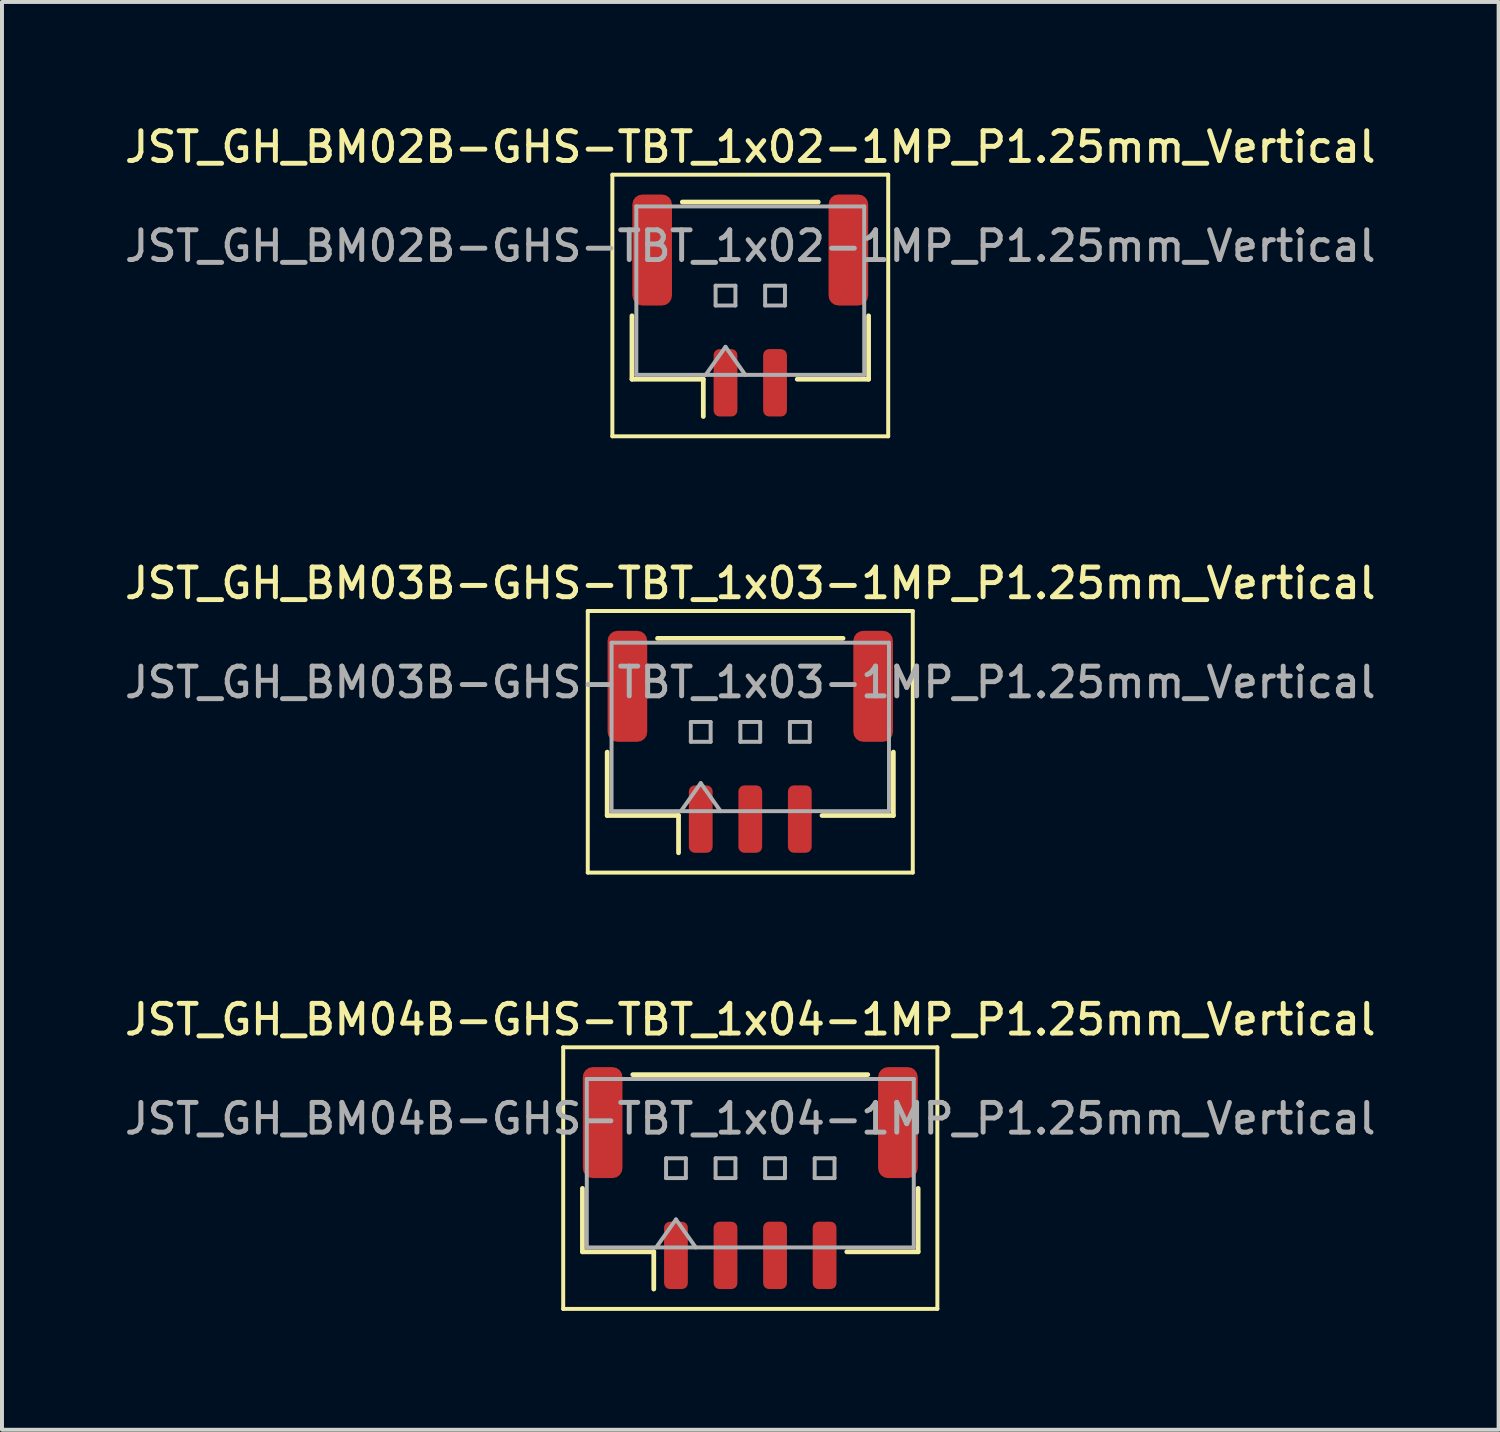
<source format=kicad_pcb>
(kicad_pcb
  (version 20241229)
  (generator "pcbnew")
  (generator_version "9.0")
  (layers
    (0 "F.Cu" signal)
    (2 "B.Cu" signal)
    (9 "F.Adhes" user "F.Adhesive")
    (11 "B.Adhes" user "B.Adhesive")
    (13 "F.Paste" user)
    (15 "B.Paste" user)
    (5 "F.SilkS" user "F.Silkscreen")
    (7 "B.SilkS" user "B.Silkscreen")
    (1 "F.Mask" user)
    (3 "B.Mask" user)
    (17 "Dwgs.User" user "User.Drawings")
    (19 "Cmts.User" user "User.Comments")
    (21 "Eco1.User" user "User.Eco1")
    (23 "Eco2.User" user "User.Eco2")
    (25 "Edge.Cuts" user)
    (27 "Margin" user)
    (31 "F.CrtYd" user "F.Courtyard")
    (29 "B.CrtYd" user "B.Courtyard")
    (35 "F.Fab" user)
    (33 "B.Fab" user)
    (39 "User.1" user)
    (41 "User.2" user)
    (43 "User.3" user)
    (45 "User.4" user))
  (footprint "JST_GH_BM03B-GHS-TBT_1x03-1MP_P1.25mm_Vertical"
    (layer "F.Cu")
    (at 15.88 15.666)
    (property "Reference" "JST_GH_BM03B-GHS-TBT_1x03-1MP_P1.25mm_Vertical" (at 0 -4 0) (layer "F.SilkS") (effects (font (size 0.75 0.75) (thickness 0.125))))
    (attr smd)
    (fp_line (start -4.1 -3.3) (end -4.1 3.3) (stroke (width 0.1) (type solid)) (layer "F.SilkS"))
    (fp_line (start -4.1 3.3) (end 4.1 3.3) (stroke (width 0.1) (type solid)) (layer "F.SilkS"))
    (fp_line (start -3.61 0.26) (end -3.61 1.86) (stroke (width 0.12) (type solid)) (layer "F.SilkS"))
    (fp_line (start -3.61 1.86) (end -1.81 1.86) (stroke (width 0.12) (type solid)) (layer "F.SilkS"))
    (fp_line (start -2.34 -2.61) (end 2.34 -2.61) (stroke (width 0.12) (type solid)) (layer "F.SilkS"))
    (fp_line (start -1.81 1.86) (end -1.81 2.8) (stroke (width 0.12) (type solid)) (layer "F.SilkS"))
    (fp_line (start 3.61 0.26) (end 3.61 1.86) (stroke (width 0.12) (type solid)) (layer "F.SilkS"))
    (fp_line (start 3.61 1.86) (end 1.81 1.86) (stroke (width 0.12) (type solid)) (layer "F.SilkS"))
    (fp_line (start 4.1 -3.3) (end -4.1 -3.3) (stroke (width 0.1) (type solid)) (layer "F.SilkS"))
    (fp_line (start 4.1 3.3) (end 4.1 -3.3) (stroke (width 0.1) (type solid)) (layer "F.SilkS"))
    (fp_line (start -3.5 -2.5) (end 3.5 -2.5) (stroke (width 0.1) (type solid)) (layer "F.Fab"))
    (fp_line (start -3.5 1.75) (end -3.5 -2.5) (stroke (width 0.1) (type solid)) (layer "F.Fab"))
    (fp_line (start -3.5 1.75) (end 3.5 1.75) (stroke (width 0.1) (type solid)) (layer "F.Fab"))
    (fp_line (start -1.75 1.75) (end -1.25 1.043) (stroke (width 0.1) (type solid)) (layer "F.Fab"))
    (fp_line (start -1.5 -0.5) (end -1.5 0) (stroke (width 0.1) (type solid)) (layer "F.Fab"))
    (fp_line (start -1.5 0) (end -1 0) (stroke (width 0.1) (type solid)) (layer "F.Fab"))
    (fp_line (start -1.25 1.043) (end -0.75 1.75) (stroke (width 0.1) (type solid)) (layer "F.Fab"))
    (fp_line (start -1 -0.5) (end -1.5 -0.5) (stroke (width 0.1) (type solid)) (layer "F.Fab"))
    (fp_line (start -1 0) (end -1 -0.5) (stroke (width 0.1) (type solid)) (layer "F.Fab"))
    (fp_line (start -0.25 -0.5) (end -0.25 0) (stroke (width 0.1) (type solid)) (layer "F.Fab"))
    (fp_line (start -0.25 0) (end 0.25 0) (stroke (width 0.1) (type solid)) (layer "F.Fab"))
    (fp_line (start 0.25 -0.5) (end -0.25 -0.5) (stroke (width 0.1) (type solid)) (layer "F.Fab"))
    (fp_line (start 0.25 0) (end 0.25 -0.5) (stroke (width 0.1) (type solid)) (layer "F.Fab"))
    (fp_line (start 1 -0.5) (end 1 0) (stroke (width 0.1) (type solid)) (layer "F.Fab"))
    (fp_line (start 1 0) (end 1.5 0) (stroke (width 0.1) (type solid)) (layer "F.Fab"))
    (fp_line (start 1.5 -0.5) (end 1 -0.5) (stroke (width 0.1) (type solid)) (layer "F.Fab"))
    (fp_line (start 1.5 0) (end 1.5 -0.5) (stroke (width 0.1) (type solid)) (layer "F.Fab"))
    (fp_line (start 3.5 1.75) (end 3.5 -2.5) (stroke (width 0.1) (type solid)) (layer "F.Fab"))
    (fp_text user "${REFERENCE}" (at 0 -1.5 0) (layer "F.Fab") (effects (font (size 0.75 0.75) (thickness 0.125))))
    (pad "1" smd roundrect (at -1.25 1.95) (size 0.6 1.7) (layers "F.Cu" "F.Mask" "F.Paste") (roundrect_rratio 0.25))
    (pad "2" smd roundrect (at 0 1.95) (size 0.6 1.7) (layers "F.Cu" "F.Mask" "F.Paste") (roundrect_rratio 0.25))
    (pad "3" smd roundrect (at 1.25 1.95) (size 0.6 1.7) (layers "F.Cu" "F.Mask" "F.Paste") (roundrect_rratio 0.25))
    (pad "MP" smd roundrect (at -3.1 -1.4) (size 1 2.8) (layers "F.Cu" "F.Mask" "F.Paste") (roundrect_rratio 0.25))
    (pad "MP" smd roundrect (at 3.1 -1.4) (size 1 2.8) (layers "F.Cu" "F.Mask" "F.Paste") (roundrect_rratio 0.25)))
  (footprint "JST_GH_BM02B-GHS-TBT_1x02-1MP_P1.25mm_Vertical"
    (layer "F.Cu")
    (at 15.88 4.658)
    (property "Reference" "JST_GH_BM02B-GHS-TBT_1x02-1MP_P1.25mm_Vertical" (at 0 -4 0) (layer "F.SilkS") (effects (font (size 0.75 0.75) (thickness 0.125))))
    (attr smd)
    (fp_line (start -3.48 -3.3) (end -3.48 3.3) (stroke (width 0.1) (type solid)) (layer "F.SilkS"))
    (fp_line (start -3.48 3.3) (end 3.48 3.3) (stroke (width 0.1) (type solid)) (layer "F.SilkS"))
    (fp_line (start -2.985 0.26) (end -2.985 1.86) (stroke (width 0.12) (type solid)) (layer "F.SilkS"))
    (fp_line (start -2.985 1.86) (end -1.185 1.86) (stroke (width 0.12) (type solid)) (layer "F.SilkS"))
    (fp_line (start -1.715 -2.61) (end 1.715 -2.61) (stroke (width 0.12) (type solid)) (layer "F.SilkS"))
    (fp_line (start -1.185 1.86) (end -1.185 2.8) (stroke (width 0.12) (type solid)) (layer "F.SilkS"))
    (fp_line (start 2.985 0.26) (end 2.985 1.86) (stroke (width 0.12) (type solid)) (layer "F.SilkS"))
    (fp_line (start 2.985 1.86) (end 1.185 1.86) (stroke (width 0.12) (type solid)) (layer "F.SilkS"))
    (fp_line (start 3.48 -3.3) (end -3.48 -3.3) (stroke (width 0.1) (type solid)) (layer "F.SilkS"))
    (fp_line (start 3.48 3.3) (end 3.48 -3.3) (stroke (width 0.1) (type solid)) (layer "F.SilkS"))
    (fp_line (start -2.875 -2.5) (end 2.875 -2.5) (stroke (width 0.1) (type solid)) (layer "F.Fab"))
    (fp_line (start -2.875 1.75) (end -2.875 -2.5) (stroke (width 0.1) (type solid)) (layer "F.Fab"))
    (fp_line (start -2.875 1.75) (end 2.875 1.75) (stroke (width 0.1) (type solid)) (layer "F.Fab"))
    (fp_line (start -1.125 1.75) (end -0.625 1.043) (stroke (width 0.1) (type solid)) (layer "F.Fab"))
    (fp_line (start -0.875 -0.5) (end -0.875 0) (stroke (width 0.1) (type solid)) (layer "F.Fab"))
    (fp_line (start -0.875 0) (end -0.375 0) (stroke (width 0.1) (type solid)) (layer "F.Fab"))
    (fp_line (start -0.625 1.043) (end -0.125 1.75) (stroke (width 0.1) (type solid)) (layer "F.Fab"))
    (fp_line (start -0.375 -0.5) (end -0.875 -0.5) (stroke (width 0.1) (type solid)) (layer "F.Fab"))
    (fp_line (start -0.375 0) (end -0.375 -0.5) (stroke (width 0.1) (type solid)) (layer "F.Fab"))
    (fp_line (start 0.375 -0.5) (end 0.375 0) (stroke (width 0.1) (type solid)) (layer "F.Fab"))
    (fp_line (start 0.375 0) (end 0.875 0) (stroke (width 0.1) (type solid)) (layer "F.Fab"))
    (fp_line (start 0.875 -0.5) (end 0.375 -0.5) (stroke (width 0.1) (type solid)) (layer "F.Fab"))
    (fp_line (start 0.875 0) (end 0.875 -0.5) (stroke (width 0.1) (type solid)) (layer "F.Fab"))
    (fp_line (start 2.875 1.75) (end 2.875 -2.5) (stroke (width 0.1) (type solid)) (layer "F.Fab"))
    (fp_text user "${REFERENCE}" (at 0 -1.5 0) (layer "F.Fab") (effects (font (size 0.75 0.75) (thickness 0.125))))
    (pad "1" smd roundrect (at -0.625 1.95) (size 0.6 1.7) (layers "F.Cu" "F.Mask" "F.Paste") (roundrect_rratio 0.25))
    (pad "2" smd roundrect (at 0.625 1.95) (size 0.6 1.7) (layers "F.Cu" "F.Mask" "F.Paste") (roundrect_rratio 0.25))
    (pad "MP" smd roundrect (at -2.475 -1.4) (size 1 2.8) (layers "F.Cu" "F.Mask" "F.Paste") (roundrect_rratio 0.25))
    (pad "MP" smd roundrect (at 2.475 -1.4) (size 1 2.8) (layers "F.Cu" "F.Mask" "F.Paste") (roundrect_rratio 0.25)))
  (footprint "JST_GH_BM04B-GHS-TBT_1x04-1MP_P1.25mm_Vertical"
    (layer "F.Cu")
    (at 15.88 26.674)
    (property "Reference" "JST_GH_BM04B-GHS-TBT_1x04-1MP_P1.25mm_Vertical" (at 0 -4 0) (layer "F.SilkS") (effects (font (size 0.75 0.75) (thickness 0.125))))
    (attr smd)
    (fp_line (start -4.72 -3.3) (end -4.72 3.3) (stroke (width 0.1) (type solid)) (layer "F.SilkS"))
    (fp_line (start -4.72 3.3) (end 4.72 3.3) (stroke (width 0.1) (type solid)) (layer "F.SilkS"))
    (fp_line (start -4.235 0.26) (end -4.235 1.86) (stroke (width 0.12) (type solid)) (layer "F.SilkS"))
    (fp_line (start -4.235 1.86) (end -2.435 1.86) (stroke (width 0.12) (type solid)) (layer "F.SilkS"))
    (fp_line (start -2.965 -2.61) (end 2.965 -2.61) (stroke (width 0.12) (type solid)) (layer "F.SilkS"))
    (fp_line (start -2.435 1.86) (end -2.435 2.8) (stroke (width 0.12) (type solid)) (layer "F.SilkS"))
    (fp_line (start 4.235 0.26) (end 4.235 1.86) (stroke (width 0.12) (type solid)) (layer "F.SilkS"))
    (fp_line (start 4.235 1.86) (end 2.435 1.86) (stroke (width 0.12) (type solid)) (layer "F.SilkS"))
    (fp_line (start 4.72 -3.3) (end -4.72 -3.3) (stroke (width 0.1) (type solid)) (layer "F.SilkS"))
    (fp_line (start 4.72 3.3) (end 4.72 -3.3) (stroke (width 0.1) (type solid)) (layer "F.SilkS"))
    (fp_line (start -4.125 -2.5) (end 4.125 -2.5) (stroke (width 0.1) (type solid)) (layer "F.Fab"))
    (fp_line (start -4.125 1.75) (end -4.125 -2.5) (stroke (width 0.1) (type solid)) (layer "F.Fab"))
    (fp_line (start -4.125 1.75) (end 4.125 1.75) (stroke (width 0.1) (type solid)) (layer "F.Fab"))
    (fp_line (start -2.375 1.75) (end -1.875 1.043) (stroke (width 0.1) (type solid)) (layer "F.Fab"))
    (fp_line (start -2.125 -0.5) (end -2.125 0) (stroke (width 0.1) (type solid)) (layer "F.Fab"))
    (fp_line (start -2.125 0) (end -1.625 0) (stroke (width 0.1) (type solid)) (layer "F.Fab"))
    (fp_line (start -1.875 1.043) (end -1.375 1.75) (stroke (width 0.1) (type solid)) (layer "F.Fab"))
    (fp_line (start -1.625 -0.5) (end -2.125 -0.5) (stroke (width 0.1) (type solid)) (layer "F.Fab"))
    (fp_line (start -1.625 0) (end -1.625 -0.5) (stroke (width 0.1) (type solid)) (layer "F.Fab"))
    (fp_line (start -0.875 -0.5) (end -0.875 0) (stroke (width 0.1) (type solid)) (layer "F.Fab"))
    (fp_line (start -0.875 0) (end -0.375 0) (stroke (width 0.1) (type solid)) (layer "F.Fab"))
    (fp_line (start -0.375 -0.5) (end -0.875 -0.5) (stroke (width 0.1) (type solid)) (layer "F.Fab"))
    (fp_line (start -0.375 0) (end -0.375 -0.5) (stroke (width 0.1) (type solid)) (layer "F.Fab"))
    (fp_line (start 0.375 -0.5) (end 0.375 0) (stroke (width 0.1) (type solid)) (layer "F.Fab"))
    (fp_line (start 0.375 0) (end 0.875 0) (stroke (width 0.1) (type solid)) (layer "F.Fab"))
    (fp_line (start 0.875 -0.5) (end 0.375 -0.5) (stroke (width 0.1) (type solid)) (layer "F.Fab"))
    (fp_line (start 0.875 0) (end 0.875 -0.5) (stroke (width 0.1) (type solid)) (layer "F.Fab"))
    (fp_line (start 1.625 -0.5) (end 1.625 0) (stroke (width 0.1) (type solid)) (layer "F.Fab"))
    (fp_line (start 1.625 0) (end 2.125 0) (stroke (width 0.1) (type solid)) (layer "F.Fab"))
    (fp_line (start 2.125 -0.5) (end 1.625 -0.5) (stroke (width 0.1) (type solid)) (layer "F.Fab"))
    (fp_line (start 2.125 0) (end 2.125 -0.5) (stroke (width 0.1) (type solid)) (layer "F.Fab"))
    (fp_line (start 4.125 1.75) (end 4.125 -2.5) (stroke (width 0.1) (type solid)) (layer "F.Fab"))
    (fp_text user "${REFERENCE}" (at 0 -1.5 0) (layer "F.Fab") (effects (font (size 0.75 0.75) (thickness 0.125))))
    (pad "1" smd roundrect (at -1.875 1.95) (size 0.6 1.7) (layers "F.Cu" "F.Mask" "F.Paste") (roundrect_rratio 0.25))
    (pad "2" smd roundrect (at -0.625 1.95) (size 0.6 1.7) (layers "F.Cu" "F.Mask" "F.Paste") (roundrect_rratio 0.25))
    (pad "3" smd roundrect (at 0.625 1.95) (size 0.6 1.7) (layers "F.Cu" "F.Mask" "F.Paste") (roundrect_rratio 0.25))
    (pad "4" smd roundrect (at 1.875 1.95) (size 0.6 1.7) (layers "F.Cu" "F.Mask" "F.Paste") (roundrect_rratio 0.25))
    (pad "MP" smd roundrect (at -3.725 -1.4) (size 1 2.8) (layers "F.Cu" "F.Mask" "F.Paste") (roundrect_rratio 0.25))
    (pad "MP" smd roundrect (at 3.725 -1.4) (size 1 2.8) (layers "F.Cu" "F.Mask" "F.Paste") (roundrect_rratio 0.25)))
  (gr_rect
    (start -3 -3)
    (end 34.761 33.024)
    (stroke (width 0.1) (type default))
    (fill no)
    (layer "Edge.Cuts")))
</source>
